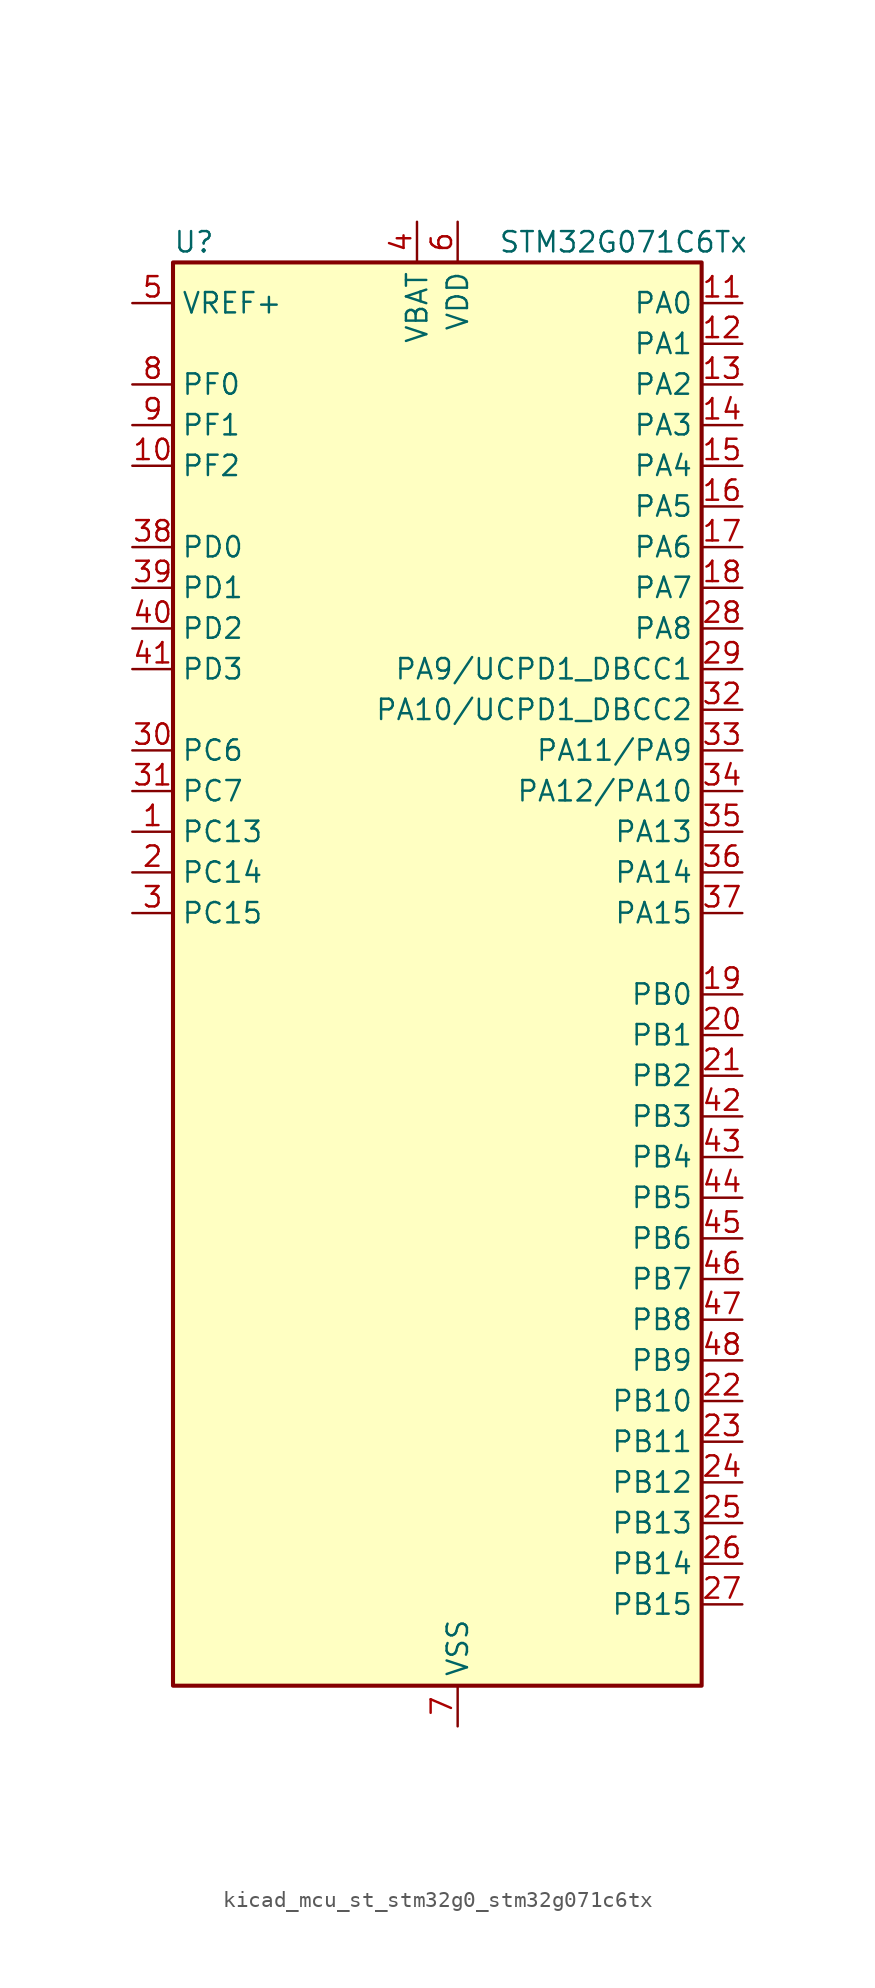
<source format=kicad_sym>
(kicad_symbol_lib
  (version 20220914)
  (generator kicad_symbol_editor)
  (symbol "kicad_mcu_st_stm32g0_stm32g071c6tx"
    (property "Reference" "U"
      (at -15.24 46.99 0)
      (effects (font (size 1.27 1.27)) (justify left)))
    (property "Value" "STM32G071C6Tx"
      (at 5.08 46.99 0)
      (effects (font (size 1.27 1.27)) (justify left)))
    (property "ki_locked" ""
      (at 0 0 0)
      (effects (font (size 1.27 1.27))))
    (symbol "kicad_mcu_st_stm32g0_stm32g071c6tx_0_1"
      (rectangle (start -15.24 -43.18) (end 17.78 45.72) (stroke (width 0.254) (type default)) (fill (type background))))
    (symbol "kicad_mcu_st_stm32g0_stm32g071c6tx_1_1"
      (pin bidirectional line (at -17.78 10.16 0) (length 2.54) (name "PC13" (effects (font (size 1.27 1.27)))) (number "1" (effects (font (size 1.27 1.27)))) (alternate "RTC_OUT_ALARM" bidirectional line) (alternate "RTC_OUT_CALIB" bidirectional line) (alternate "RTC_TAMP_IN1" bidirectional line) (alternate "RTC_TS" bidirectional line) (alternate "SYS_WKUP2" bidirectional line) (alternate "TIM1_BK" bidirectional line))
      (pin bidirectional line (at -17.78 33.02 0) (length 2.54) (name "PF2" (effects (font (size 1.27 1.27)))) (number "10" (effects (font (size 1.27 1.27)))) (alternate "RCC_MCO" bidirectional line))
      (pin bidirectional line (at 20.32 43.18 180) (length 2.54) (name "PA0" (effects (font (size 1.27 1.27)))) (number "11" (effects (font (size 1.27 1.27)))) (alternate "ADC1_IN0" bidirectional line) (alternate "COMP1_INM" bidirectional line) (alternate "COMP1_OUT" bidirectional line) (alternate "LPTIM1_OUT" bidirectional line) (alternate "RTC_TAMP_IN2" bidirectional line) (alternate "SPI2_SCK" bidirectional line) (alternate "SYS_WKUP1" bidirectional line) (alternate "TIM2_CH1" bidirectional line) (alternate "TIM2_ETR" bidirectional line) (alternate "UCPD2_FRSTX1" bidirectional line) (alternate "UCPD2_FRSTX2" bidirectional line) (alternate "USART2_CTS" bidirectional line) (alternate "USART2_NSS" bidirectional line) (alternate "USART4_TX" bidirectional line))
      (pin bidirectional line (at 20.32 40.64 180) (length 2.54) (name "PA1" (effects (font (size 1.27 1.27)))) (number "12" (effects (font (size 1.27 1.27)))) (alternate "ADC1_IN1" bidirectional line) (alternate "COMP1_INP" bidirectional line) (alternate "I2C1_SMBA" bidirectional line) (alternate "I2S1_CK" bidirectional line) (alternate "SPI1_SCK" bidirectional line) (alternate "TIM15_CH1N" bidirectional line) (alternate "TIM2_CH2" bidirectional line) (alternate "USART2_CK" bidirectional line) (alternate "USART2_DE" bidirectional line) (alternate "USART2_RTS" bidirectional line) (alternate "USART4_RX" bidirectional line))
      (pin bidirectional line (at 20.32 38.1 180) (length 2.54) (name "PA2" (effects (font (size 1.27 1.27)))) (number "13" (effects (font (size 1.27 1.27)))) (alternate "ADC1_IN2" bidirectional line) (alternate "COMP2_INM" bidirectional line) (alternate "COMP2_OUT" bidirectional line) (alternate "I2S1_SD" bidirectional line) (alternate "LPUART1_TX" bidirectional line) (alternate "RCC_LSCO" bidirectional line) (alternate "SPI1_MOSI" bidirectional line) (alternate "SYS_WKUP4" bidirectional line) (alternate "TIM15_CH1" bidirectional line) (alternate "TIM2_CH3" bidirectional line) (alternate "UCPD1_FRSTX1" bidirectional line) (alternate "UCPD1_FRSTX2" bidirectional line) (alternate "USART2_TX" bidirectional line))
      (pin bidirectional line (at 20.32 35.56 180) (length 2.54) (name "PA3" (effects (font (size 1.27 1.27)))) (number "14" (effects (font (size 1.27 1.27)))) (alternate "ADC1_IN3" bidirectional line) (alternate "COMP2_INP" bidirectional line) (alternate "LPUART1_RX" bidirectional line) (alternate "SPI2_MISO" bidirectional line) (alternate "TIM15_CH2" bidirectional line) (alternate "TIM2_CH4" bidirectional line) (alternate "UCPD2_FRSTX1" bidirectional line) (alternate "UCPD2_FRSTX2" bidirectional line) (alternate "USART2_RX" bidirectional line))
      (pin bidirectional line (at 20.32 33.02 180) (length 2.54) (name "PA4" (effects (font (size 1.27 1.27)))) (number "15" (effects (font (size 1.27 1.27)))) (alternate "ADC1_IN4" bidirectional line) (alternate "DAC1_OUT1" bidirectional line) (alternate "I2S1_WS" bidirectional line) (alternate "LPTIM2_OUT" bidirectional line) (alternate "RTC_OUT_ALARM" bidirectional line) (alternate "RTC_OUT_CALIB" bidirectional line) (alternate "SPI1_NSS" bidirectional line) (alternate "SPI2_MOSI" bidirectional line) (alternate "TIM14_CH1" bidirectional line) (alternate "UCPD2_FRSTX1" bidirectional line) (alternate "UCPD2_FRSTX2" bidirectional line))
      (pin bidirectional line (at 20.32 30.48 180) (length 2.54) (name "PA5" (effects (font (size 1.27 1.27)))) (number "16" (effects (font (size 1.27 1.27)))) (alternate "ADC1_IN5" bidirectional line) (alternate "CEC" bidirectional line) (alternate "DAC1_OUT2" bidirectional line) (alternate "I2S1_CK" bidirectional line) (alternate "LPTIM2_ETR" bidirectional line) (alternate "SPI1_SCK" bidirectional line) (alternate "TIM2_CH1" bidirectional line) (alternate "TIM2_ETR" bidirectional line) (alternate "UCPD1_FRSTX1" bidirectional line) (alternate "UCPD1_FRSTX2" bidirectional line) (alternate "USART3_TX" bidirectional line))
      (pin bidirectional line (at 20.32 27.94 180) (length 2.54) (name "PA6" (effects (font (size 1.27 1.27)))) (number "17" (effects (font (size 1.27 1.27)))) (alternate "ADC1_IN6" bidirectional line) (alternate "COMP1_OUT" bidirectional line) (alternate "I2S1_MCK" bidirectional line) (alternate "LPUART1_CTS" bidirectional line) (alternate "SPI1_MISO" bidirectional line) (alternate "TIM16_CH1" bidirectional line) (alternate "TIM1_BK" bidirectional line) (alternate "TIM3_CH1" bidirectional line) (alternate "USART3_CTS" bidirectional line) (alternate "USART3_NSS" bidirectional line))
      (pin bidirectional line (at 20.32 25.4 180) (length 2.54) (name "PA7" (effects (font (size 1.27 1.27)))) (number "18" (effects (font (size 1.27 1.27)))) (alternate "ADC1_IN7" bidirectional line) (alternate "COMP2_OUT" bidirectional line) (alternate "I2S1_SD" bidirectional line) (alternate "SPI1_MOSI" bidirectional line) (alternate "TIM14_CH1" bidirectional line) (alternate "TIM17_CH1" bidirectional line) (alternate "TIM1_CH1N" bidirectional line) (alternate "TIM3_CH2" bidirectional line) (alternate "UCPD1_FRSTX1" bidirectional line) (alternate "UCPD1_FRSTX2" bidirectional line))
      (pin bidirectional line (at 20.32 0 180) (length 2.54) (name "PB0" (effects (font (size 1.27 1.27)))) (number "19" (effects (font (size 1.27 1.27)))) (alternate "ADC1_IN8" bidirectional line) (alternate "COMP1_OUT" bidirectional line) (alternate "I2S1_WS" bidirectional line) (alternate "LPTIM1_OUT" bidirectional line) (alternate "SPI1_NSS" bidirectional line) (alternate "TIM1_CH2N" bidirectional line) (alternate "TIM3_CH3" bidirectional line) (alternate "UCPD1_FRSTX1" bidirectional line) (alternate "UCPD1_FRSTX2" bidirectional line) (alternate "USART3_RX" bidirectional line))
      (pin bidirectional line (at -17.78 7.62 0) (length 2.54) (name "PC14" (effects (font (size 1.27 1.27)))) (number "2" (effects (font (size 1.27 1.27)))) (alternate "RCC_OSC32_IN" bidirectional line) (alternate "TIM1_BK2" bidirectional line))
      (pin bidirectional line (at 20.32 -2.54 180) (length 2.54) (name "PB1" (effects (font (size 1.27 1.27)))) (number "20" (effects (font (size 1.27 1.27)))) (alternate "ADC1_IN9" bidirectional line) (alternate "COMP1_INM" bidirectional line) (alternate "LPTIM2_IN1" bidirectional line) (alternate "LPUART1_DE" bidirectional line) (alternate "LPUART1_RTS" bidirectional line) (alternate "TIM14_CH1" bidirectional line) (alternate "TIM1_CH3N" bidirectional line) (alternate "TIM3_CH4" bidirectional line) (alternate "USART3_CK" bidirectional line) (alternate "USART3_DE" bidirectional line) (alternate "USART3_RTS" bidirectional line))
      (pin bidirectional line (at 20.32 -5.08 180) (length 2.54) (name "PB2" (effects (font (size 1.27 1.27)))) (number "21" (effects (font (size 1.27 1.27)))) (alternate "ADC1_IN10" bidirectional line) (alternate "COMP1_INP" bidirectional line) (alternate "LPTIM1_OUT" bidirectional line) (alternate "SPI2_MISO" bidirectional line) (alternate "USART3_TX" bidirectional line))
      (pin bidirectional line (at 20.32 -25.4 180) (length 2.54) (name "PB10" (effects (font (size 1.27 1.27)))) (number "22" (effects (font (size 1.27 1.27)))) (alternate "ADC1_IN11" bidirectional line) (alternate "CEC" bidirectional line) (alternate "COMP1_OUT" bidirectional line) (alternate "I2C2_SCL" bidirectional line) (alternate "LPUART1_RX" bidirectional line) (alternate "SPI2_SCK" bidirectional line) (alternate "TIM2_CH3" bidirectional line) (alternate "USART3_TX" bidirectional line))
      (pin bidirectional line (at 20.32 -27.94 180) (length 2.54) (name "PB11" (effects (font (size 1.27 1.27)))) (number "23" (effects (font (size 1.27 1.27)))) (alternate "ADC1_EXTI11" bidirectional line) (alternate "ADC1_IN15" bidirectional line) (alternate "COMP2_OUT" bidirectional line) (alternate "I2C2_SDA" bidirectional line) (alternate "LPUART1_TX" bidirectional line) (alternate "SPI2_MOSI" bidirectional line) (alternate "TIM2_CH4" bidirectional line) (alternate "USART3_RX" bidirectional line))
      (pin bidirectional line (at 20.32 -30.48 180) (length 2.54) (name "PB12" (effects (font (size 1.27 1.27)))) (number "24" (effects (font (size 1.27 1.27)))) (alternate "ADC1_IN16" bidirectional line) (alternate "LPUART1_DE" bidirectional line) (alternate "LPUART1_RTS" bidirectional line) (alternate "SPI2_NSS" bidirectional line) (alternate "TIM15_BK" bidirectional line) (alternate "TIM1_BK" bidirectional line) (alternate "UCPD2_FRSTX1" bidirectional line) (alternate "UCPD2_FRSTX2" bidirectional line))
      (pin bidirectional line (at 20.32 -33.02 180) (length 2.54) (name "PB13" (effects (font (size 1.27 1.27)))) (number "25" (effects (font (size 1.27 1.27)))) (alternate "I2C2_SCL" bidirectional line) (alternate "LPUART1_CTS" bidirectional line) (alternate "SPI2_SCK" bidirectional line) (alternate "TIM15_CH1N" bidirectional line) (alternate "TIM1_CH1N" bidirectional line) (alternate "USART3_CTS" bidirectional line) (alternate "USART3_NSS" bidirectional line))
      (pin bidirectional line (at 20.32 -35.56 180) (length 2.54) (name "PB14" (effects (font (size 1.27 1.27)))) (number "26" (effects (font (size 1.27 1.27)))) (alternate "I2C2_SDA" bidirectional line) (alternate "SPI2_MISO" bidirectional line) (alternate "TIM15_CH1" bidirectional line) (alternate "TIM1_CH2N" bidirectional line) (alternate "UCPD1_FRSTX1" bidirectional line) (alternate "UCPD1_FRSTX2" bidirectional line) (alternate "USART3_CK" bidirectional line) (alternate "USART3_DE" bidirectional line) (alternate "USART3_RTS" bidirectional line))
      (pin bidirectional line (at 20.32 -38.1 180) (length 2.54) (name "PB15" (effects (font (size 1.27 1.27)))) (number "27" (effects (font (size 1.27 1.27)))) (alternate "RTC_REFIN" bidirectional line) (alternate "SPI2_MOSI" bidirectional line) (alternate "TIM15_CH1N" bidirectional line) (alternate "TIM15_CH2" bidirectional line) (alternate "TIM1_CH3N" bidirectional line) (alternate "UCPD1_CC2" bidirectional line))
      (pin bidirectional line (at 20.32 22.86 180) (length 2.54) (name "PA8" (effects (font (size 1.27 1.27)))) (number "28" (effects (font (size 1.27 1.27)))) (alternate "LPTIM2_OUT" bidirectional line) (alternate "RCC_MCO" bidirectional line) (alternate "SPI2_NSS" bidirectional line) (alternate "TIM1_CH1" bidirectional line) (alternate "UCPD1_CC1" bidirectional line))
      (pin bidirectional line (at 20.32 20.32 180) (length 2.54) (name "PA9/UCPD1_DBCC1" (effects (font (size 1.27 1.27)))) (number "29" (effects (font (size 1.27 1.27)))) (alternate "DAC1_EXTI9" bidirectional line) (alternate "I2C1_SCL" bidirectional line) (alternate "RCC_MCO" bidirectional line) (alternate "SPI2_MISO" bidirectional line) (alternate "TIM15_BK" bidirectional line) (alternate "TIM1_CH2" bidirectional line) (alternate "UCPD1_DBCC1" bidirectional line) (alternate "USART1_TX" bidirectional line))
      (pin bidirectional line (at -17.78 5.08 0) (length 2.54) (name "PC15" (effects (font (size 1.27 1.27)))) (number "3" (effects (font (size 1.27 1.27)))) (alternate "RCC_OSC32_EN" bidirectional line) (alternate "RCC_OSC32_OUT" bidirectional line) (alternate "RCC_OSC_EN" bidirectional line) (alternate "TIM15_BK" bidirectional line))
      (pin bidirectional line (at -17.78 15.24 0) (length 2.54) (name "PC6" (effects (font (size 1.27 1.27)))) (number "30" (effects (font (size 1.27 1.27)))) (alternate "TIM2_CH3" bidirectional line) (alternate "TIM3_CH1" bidirectional line) (alternate "UCPD1_FRSTX1" bidirectional line) (alternate "UCPD1_FRSTX2" bidirectional line))
      (pin bidirectional line (at -17.78 12.7 0) (length 2.54) (name "PC7" (effects (font (size 1.27 1.27)))) (number "31" (effects (font (size 1.27 1.27)))) (alternate "TIM2_CH4" bidirectional line) (alternate "TIM3_CH2" bidirectional line) (alternate "UCPD2_FRSTX1" bidirectional line) (alternate "UCPD2_FRSTX2" bidirectional line))
      (pin bidirectional line (at 20.32 17.78 180) (length 2.54) (name "PA10/UCPD1_DBCC2" (effects (font (size 1.27 1.27)))) (number "32" (effects (font (size 1.27 1.27)))) (alternate "I2C1_SDA" bidirectional line) (alternate "SPI2_MOSI" bidirectional line) (alternate "TIM17_BK" bidirectional line) (alternate "TIM1_CH3" bidirectional line) (alternate "UCPD1_DBCC2" bidirectional line) (alternate "USART1_RX" bidirectional line))
      (pin bidirectional line (at 20.32 15.24 180) (length 2.54) (name "PA11/PA9" (effects (font (size 1.27 1.27)))) (number "33" (effects (font (size 1.27 1.27)))) (alternate "ADC1_EXTI11" bidirectional line) (alternate "COMP1_OUT" bidirectional line) (alternate "I2C2_SCL" bidirectional line) (alternate "I2S1_MCK" bidirectional line) (alternate "SPI1_MISO" bidirectional line) (alternate "TIM1_BK2" bidirectional line) (alternate "TIM1_CH4" bidirectional line) (alternate "USART1_CTS" bidirectional line) (alternate "USART1_NSS" bidirectional line))
      (pin bidirectional line (at 20.32 12.7 180) (length 2.54) (name "PA12/PA10" (effects (font (size 1.27 1.27)))) (number "34" (effects (font (size 1.27 1.27)))) (alternate "COMP2_OUT" bidirectional line) (alternate "I2C2_SDA" bidirectional line) (alternate "I2S1_SD" bidirectional line) (alternate "I2S_CKIN" bidirectional line) (alternate "SPI1_MOSI" bidirectional line) (alternate "TIM1_ETR" bidirectional line) (alternate "USART1_CK" bidirectional line) (alternate "USART1_DE" bidirectional line) (alternate "USART1_RTS" bidirectional line))
      (pin bidirectional line (at 20.32 10.16 180) (length 2.54) (name "PA13" (effects (font (size 1.27 1.27)))) (number "35" (effects (font (size 1.27 1.27)))) (alternate "IR_OUT" bidirectional line) (alternate "SYS_SWDIO" bidirectional line))
      (pin bidirectional line (at 20.32 7.62 180) (length 2.54) (name "PA14" (effects (font (size 1.27 1.27)))) (number "36" (effects (font (size 1.27 1.27)))) (alternate "SYS_SWCLK" bidirectional line) (alternate "USART2_TX" bidirectional line))
      (pin bidirectional line (at 20.32 5.08 180) (length 2.54) (name "PA15" (effects (font (size 1.27 1.27)))) (number "37" (effects (font (size 1.27 1.27)))) (alternate "I2S1_WS" bidirectional line) (alternate "SPI1_NSS" bidirectional line) (alternate "TIM2_CH1" bidirectional line) (alternate "TIM2_ETR" bidirectional line) (alternate "USART2_RX" bidirectional line) (alternate "USART3_CK" bidirectional line) (alternate "USART3_DE" bidirectional line) (alternate "USART3_RTS" bidirectional line) (alternate "USART4_CK" bidirectional line) (alternate "USART4_DE" bidirectional line) (alternate "USART4_RTS" bidirectional line))
      (pin bidirectional line (at -17.78 27.94 0) (length 2.54) (name "PD0" (effects (font (size 1.27 1.27)))) (number "38" (effects (font (size 1.27 1.27)))) (alternate "SPI2_NSS" bidirectional line) (alternate "TIM16_CH1" bidirectional line) (alternate "UCPD2_CC1" bidirectional line))
      (pin bidirectional line (at -17.78 25.4 0) (length 2.54) (name "PD1" (effects (font (size 1.27 1.27)))) (number "39" (effects (font (size 1.27 1.27)))) (alternate "SPI2_SCK" bidirectional line) (alternate "TIM17_CH1" bidirectional line) (alternate "UCPD2_DBCC1" bidirectional line))
      (pin power_in line (at 0 48.26 270) (length 2.54) (name "VBAT" (effects (font (size 1.27 1.27)))) (number "4" (effects (font (size 1.27 1.27)))))
      (pin bidirectional line (at -17.78 22.86 0) (length 2.54) (name "PD2" (effects (font (size 1.27 1.27)))) (number "40" (effects (font (size 1.27 1.27)))) (alternate "TIM1_CH1N" bidirectional line) (alternate "TIM3_ETR" bidirectional line) (alternate "UCPD2_CC2" bidirectional line) (alternate "USART3_CK" bidirectional line) (alternate "USART3_DE" bidirectional line) (alternate "USART3_RTS" bidirectional line))
      (pin bidirectional line (at -17.78 20.32 0) (length 2.54) (name "PD3" (effects (font (size 1.27 1.27)))) (number "41" (effects (font (size 1.27 1.27)))) (alternate "SPI2_MISO" bidirectional line) (alternate "TIM1_CH2N" bidirectional line) (alternate "UCPD2_DBCC2" bidirectional line) (alternate "USART2_CTS" bidirectional line) (alternate "USART2_NSS" bidirectional line))
      (pin bidirectional line (at 20.32 -7.62 180) (length 2.54) (name "PB3" (effects (font (size 1.27 1.27)))) (number "42" (effects (font (size 1.27 1.27)))) (alternate "COMP2_INM" bidirectional line) (alternate "I2S1_CK" bidirectional line) (alternate "SPI1_SCK" bidirectional line) (alternate "TIM1_CH2" bidirectional line) (alternate "TIM2_CH2" bidirectional line) (alternate "USART1_CK" bidirectional line) (alternate "USART1_DE" bidirectional line) (alternate "USART1_RTS" bidirectional line))
      (pin bidirectional line (at 20.32 -10.16 180) (length 2.54) (name "PB4" (effects (font (size 1.27 1.27)))) (number "43" (effects (font (size 1.27 1.27)))) (alternate "COMP2_INP" bidirectional line) (alternate "I2S1_MCK" bidirectional line) (alternate "SPI1_MISO" bidirectional line) (alternate "TIM17_BK" bidirectional line) (alternate "TIM3_CH1" bidirectional line) (alternate "USART1_CTS" bidirectional line) (alternate "USART1_NSS" bidirectional line))
      (pin bidirectional line (at 20.32 -12.7 180) (length 2.54) (name "PB5" (effects (font (size 1.27 1.27)))) (number "44" (effects (font (size 1.27 1.27)))) (alternate "COMP2_OUT" bidirectional line) (alternate "I2C1_SMBA" bidirectional line) (alternate "I2S1_SD" bidirectional line) (alternate "LPTIM1_IN1" bidirectional line) (alternate "SPI1_MOSI" bidirectional line) (alternate "SYS_WKUP6" bidirectional line) (alternate "TIM16_BK" bidirectional line) (alternate "TIM3_CH2" bidirectional line))
      (pin bidirectional line (at 20.32 -15.24 180) (length 2.54) (name "PB6" (effects (font (size 1.27 1.27)))) (number "45" (effects (font (size 1.27 1.27)))) (alternate "COMP2_INP" bidirectional line) (alternate "I2C1_SCL" bidirectional line) (alternate "LPTIM1_ETR" bidirectional line) (alternate "SPI2_MISO" bidirectional line) (alternate "TIM16_CH1N" bidirectional line) (alternate "TIM1_CH3" bidirectional line) (alternate "USART1_TX" bidirectional line))
      (pin bidirectional line (at 20.32 -17.78 180) (length 2.54) (name "PB7" (effects (font (size 1.27 1.27)))) (number "46" (effects (font (size 1.27 1.27)))) (alternate "COMP2_INM" bidirectional line) (alternate "I2C1_SDA" bidirectional line) (alternate "LPTIM1_IN2" bidirectional line) (alternate "SPI2_MOSI" bidirectional line) (alternate "SYS_PVD_IN" bidirectional line) (alternate "TIM17_CH1N" bidirectional line) (alternate "USART1_RX" bidirectional line) (alternate "USART4_CTS" bidirectional line) (alternate "USART4_NSS" bidirectional line))
      (pin bidirectional line (at 20.32 -20.32 180) (length 2.54) (name "PB8" (effects (font (size 1.27 1.27)))) (number "47" (effects (font (size 1.27 1.27)))) (alternate "CEC" bidirectional line) (alternate "I2C1_SCL" bidirectional line) (alternate "SPI2_SCK" bidirectional line) (alternate "TIM15_BK" bidirectional line) (alternate "TIM16_CH1" bidirectional line) (alternate "USART3_TX" bidirectional line))
      (pin bidirectional line (at 20.32 -22.86 180) (length 2.54) (name "PB9" (effects (font (size 1.27 1.27)))) (number "48" (effects (font (size 1.27 1.27)))) (alternate "DAC1_EXTI9" bidirectional line) (alternate "I2C1_SDA" bidirectional line) (alternate "IR_OUT" bidirectional line) (alternate "SPI2_NSS" bidirectional line) (alternate "TIM17_CH1" bidirectional line) (alternate "UCPD2_FRSTX1" bidirectional line) (alternate "UCPD2_FRSTX2" bidirectional line) (alternate "USART3_RX" bidirectional line))
      (pin input line (at -17.78 43.18 0) (length 2.54) (name "VREF+" (effects (font (size 1.27 1.27)))) (number "5" (effects (font (size 1.27 1.27)))) (alternate "VREFBUF_OUT" bidirectional line))
      (pin power_in line (at 2.54 48.26 270) (length 2.54) (name "VDD" (effects (font (size 1.27 1.27)))) (number "6" (effects (font (size 1.27 1.27)))))
      (pin power_in line (at 2.54 -45.72 90) (length 2.54) (name "VSS" (effects (font (size 1.27 1.27)))) (number "7" (effects (font (size 1.27 1.27)))))
      (pin bidirectional line (at -17.78 38.1 0) (length 2.54) (name "PF0" (effects (font (size 1.27 1.27)))) (number "8" (effects (font (size 1.27 1.27)))) (alternate "RCC_OSC_IN" bidirectional line) (alternate "TIM14_CH1" bidirectional line))
      (pin bidirectional line (at -17.78 35.56 0) (length 2.54) (name "PF1" (effects (font (size 1.27 1.27)))) (number "9" (effects (font (size 1.27 1.27)))) (alternate "RCC_OSC_EN" bidirectional line) (alternate "RCC_OSC_OUT" bidirectional line) (alternate "TIM15_CH1N" bidirectional line)))))
</source>
